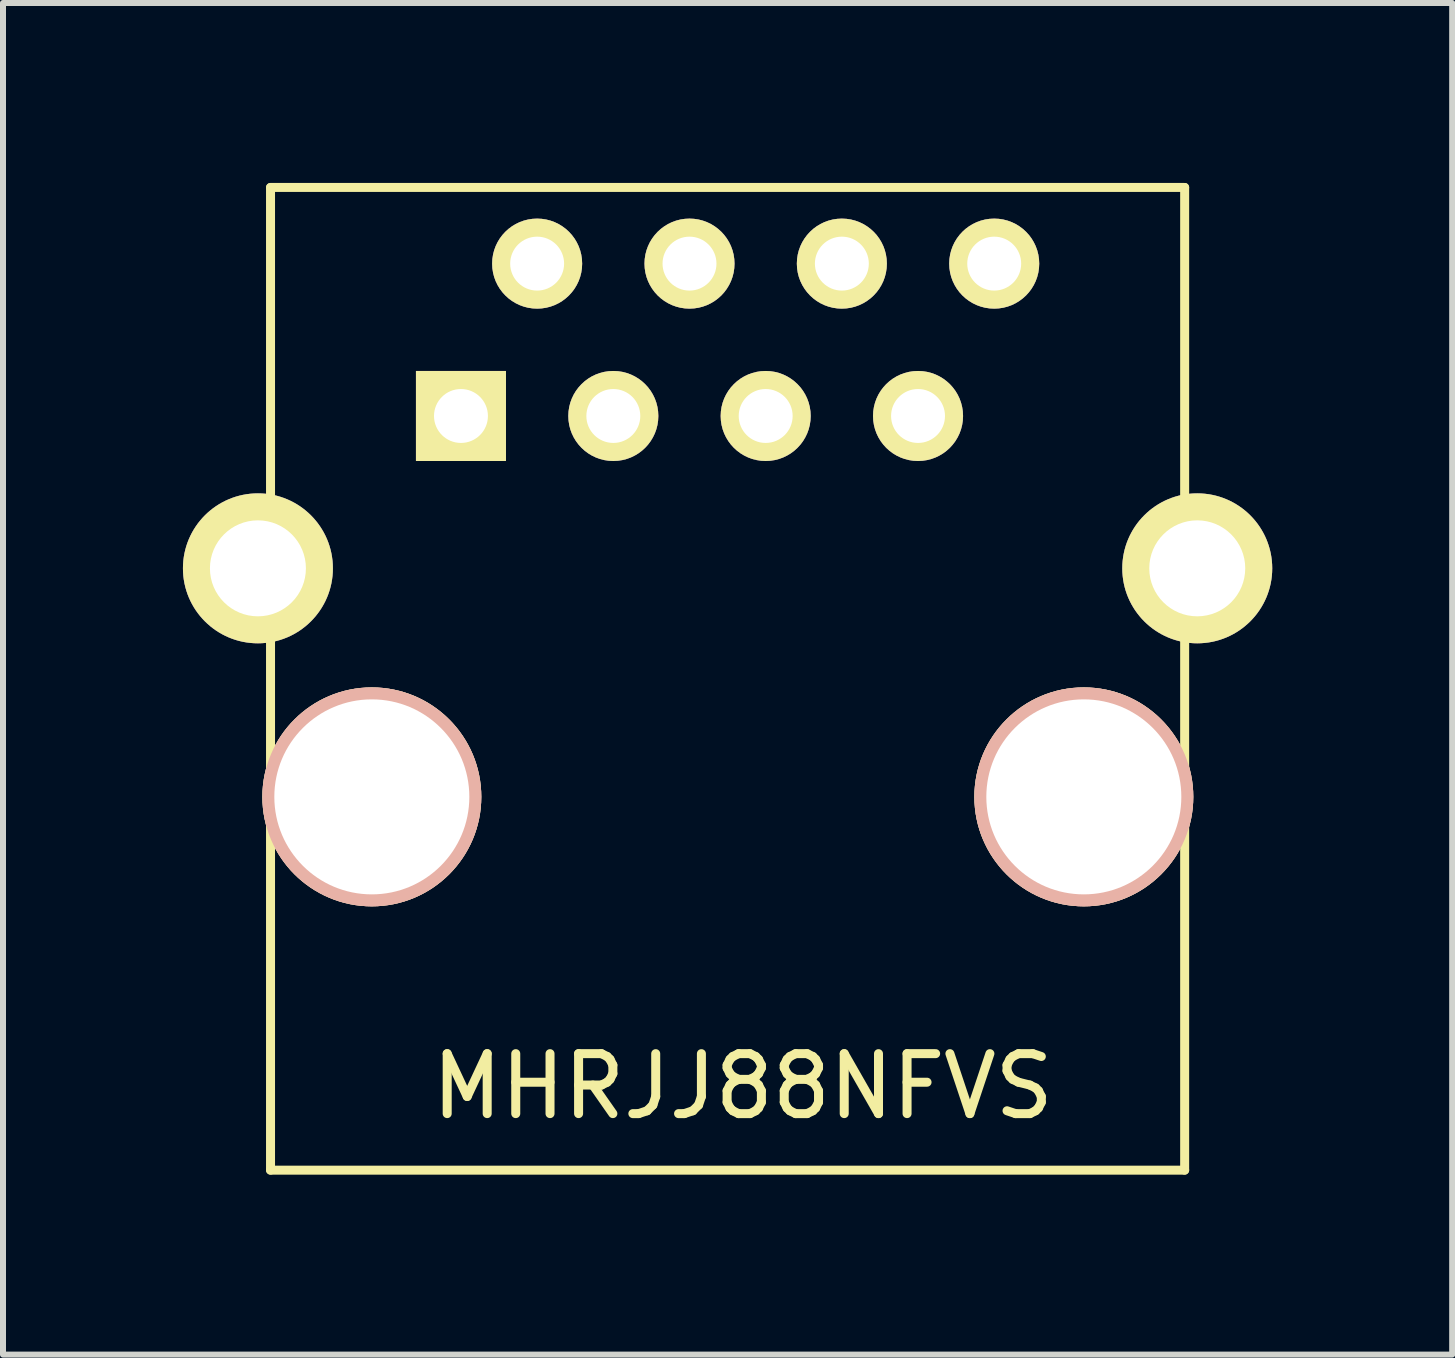
<source format=kicad_pcb>
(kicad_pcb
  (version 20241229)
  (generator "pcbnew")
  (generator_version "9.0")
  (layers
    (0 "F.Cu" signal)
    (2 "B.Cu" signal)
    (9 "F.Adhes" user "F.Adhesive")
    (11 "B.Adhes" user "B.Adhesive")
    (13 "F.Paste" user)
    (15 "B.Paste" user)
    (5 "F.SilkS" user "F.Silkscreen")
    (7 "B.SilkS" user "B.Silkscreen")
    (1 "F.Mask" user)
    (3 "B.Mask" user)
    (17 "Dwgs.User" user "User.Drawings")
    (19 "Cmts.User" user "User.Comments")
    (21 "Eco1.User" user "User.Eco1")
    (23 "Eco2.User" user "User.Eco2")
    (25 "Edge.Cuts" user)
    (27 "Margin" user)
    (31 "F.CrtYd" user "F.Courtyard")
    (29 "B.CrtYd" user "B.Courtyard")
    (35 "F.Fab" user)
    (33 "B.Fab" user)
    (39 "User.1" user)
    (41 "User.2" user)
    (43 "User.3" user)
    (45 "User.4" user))
  (footprint "MHRJJ88NFVS"
    (layer "F.Cu")
    (at 9.08 10.235)
    (property "Reference" "MHRJJ88NFVS" (at 0.254 4.826 0) (layer "F.SilkS") (effects (font (size 1 1) (thickness 0.15))))
    (attr through_hole)
    (fp_line (start -7.62 -10.16) (end -7.62 6.223) (stroke (width 0.15) (type solid)) (layer "F.SilkS"))
    (fp_line (start -7.62 6.223) (end 7.62 6.223) (stroke (width 0.15) (type solid)) (layer "F.SilkS"))
    (fp_line (start 7.62 -10.16) (end -7.62 -10.16) (stroke (width 0.15) (type solid)) (layer "F.SilkS"))
    (fp_line (start 7.62 6.223) (end 7.62 -10.16) (stroke (width 0.15) (type solid)) (layer "F.SilkS"))
    (pad "" np_thru_hole circle (at -5.931 0) (size 3.65 3.65) (drill 3.251) (layers "*.Cu" "*.SilkS" "*.Mask"))
    (pad "" np_thru_hole circle (at 5.939 0) (size 3.65 3.65) (drill 3.251) (layers "*.Cu" "*.SilkS" "*.Mask"))
    (pad "1" thru_hole rect (at -4.445 -6.35) (size 1.501 1.501) (drill 0.899) (layers "*.Cu" "*.Mask" "F.SilkS"))
    (pad "2" thru_hole circle (at -3.175 -8.89) (size 1.501 1.501) (drill 0.899) (layers "*.Cu" "*.Mask" "F.SilkS"))
    (pad "3" thru_hole circle (at -1.905 -6.35) (size 1.501 1.501) (drill 0.899) (layers "*.Cu" "*.Mask" "F.SilkS"))
    (pad "4" thru_hole circle (at -0.635 -8.89) (size 1.501 1.501) (drill 0.899) (layers "*.Cu" "*.Mask" "F.SilkS"))
    (pad "5" thru_hole circle (at 0.635 -6.35) (size 1.501 1.501) (drill 0.899) (layers "*.Cu" "*.Mask" "F.SilkS"))
    (pad "6" thru_hole circle (at 1.905 -8.89) (size 1.501 1.501) (drill 0.899) (layers "*.Cu" "*.Mask" "F.SilkS"))
    (pad "7" thru_hole circle (at 3.175 -6.35) (size 1.501 1.501) (drill 0.899) (layers "*.Cu" "*.Mask" "F.SilkS"))
    (pad "8" thru_hole circle (at 4.445 -8.89) (size 1.501 1.501) (drill 0.899) (layers "*.Cu" "*.Mask" "F.SilkS"))
    (pad "9" thru_hole circle (at -7.83 -3.81) (size 2.5 2.5) (drill 1.6) (layers "*.Cu" "*.Mask" "F.SilkS"))
    (pad "9" thru_hole circle (at 7.83 -3.81) (size 2.5 2.5) (drill 1.6) (layers "*.Cu" "*.Mask" "F.SilkS")))
  (gr_rect
    (start -3 -3)
    (end 21.16 19.533)
    (stroke (width 0.1) (type default))
    (fill no)
    (layer "Edge.Cuts")))
</source>
